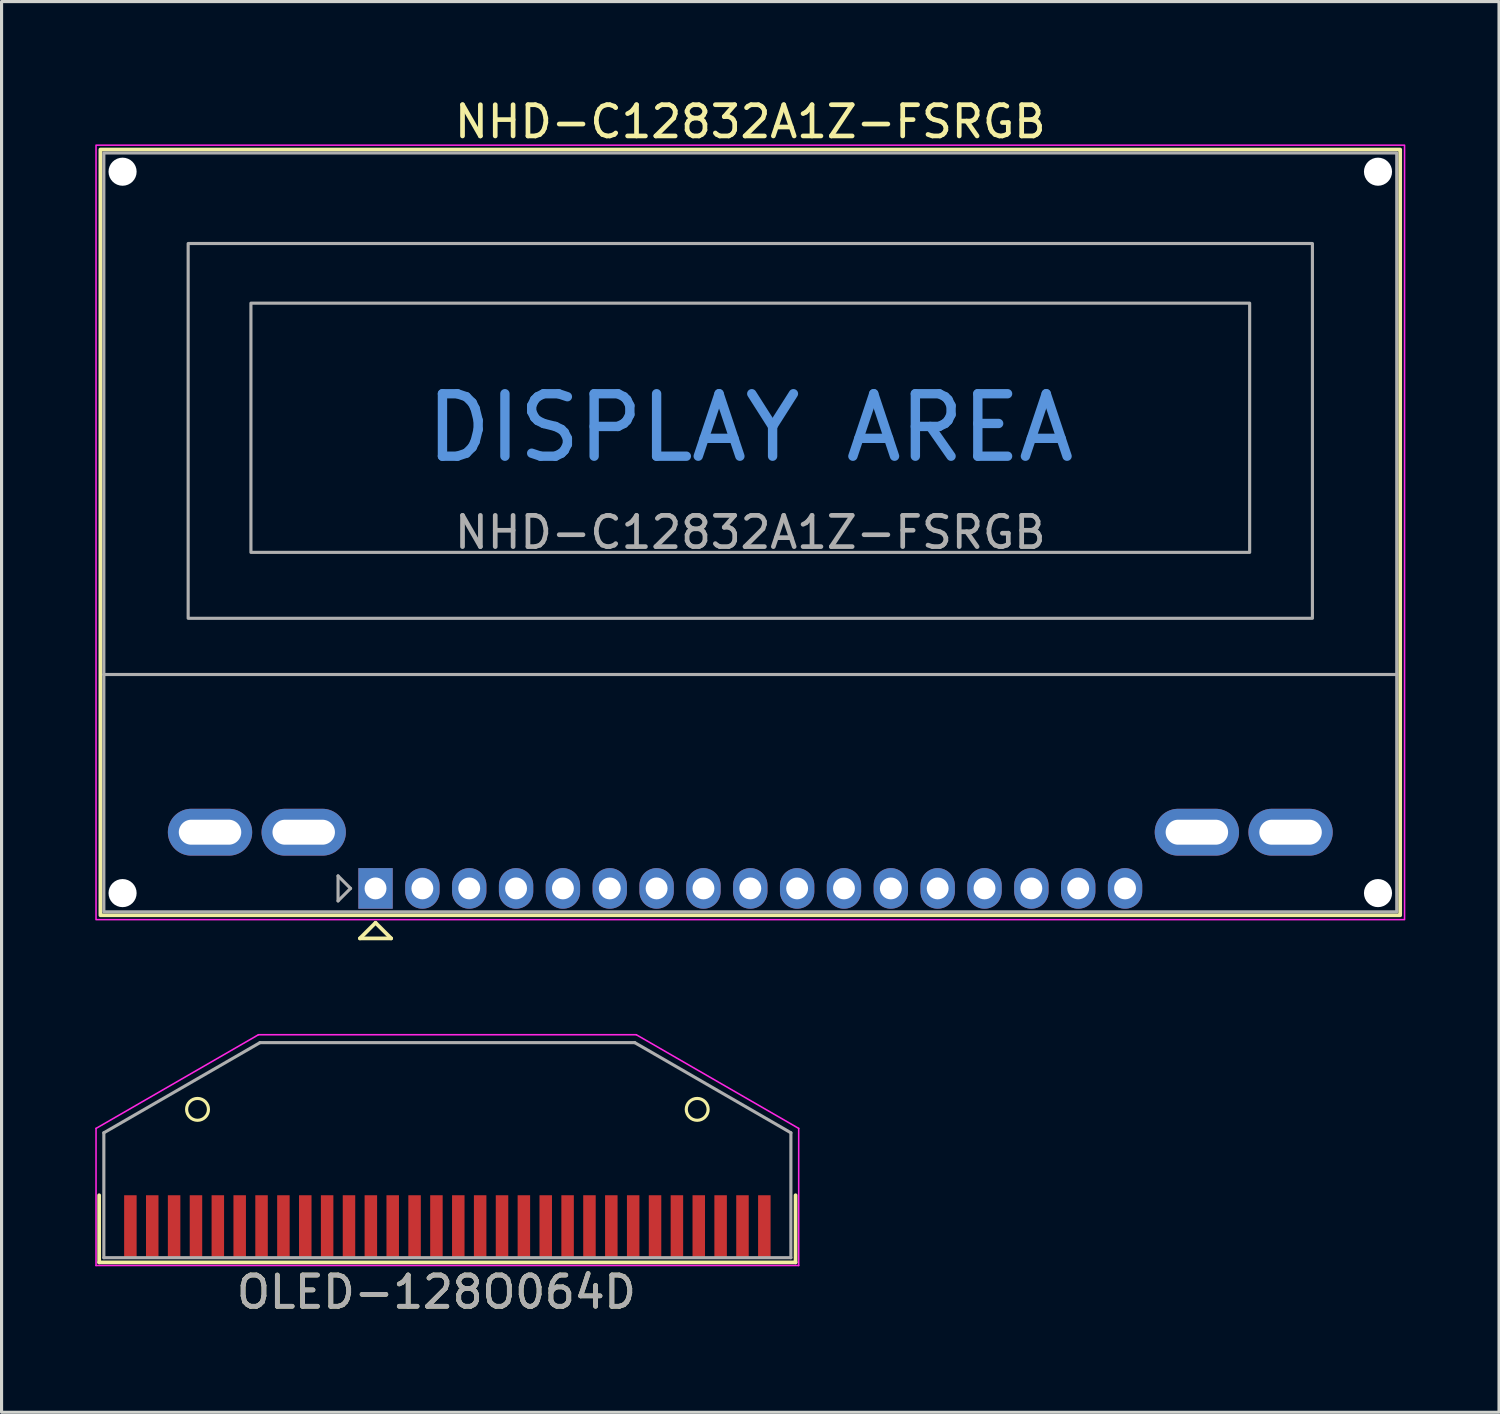
<source format=kicad_pcb>
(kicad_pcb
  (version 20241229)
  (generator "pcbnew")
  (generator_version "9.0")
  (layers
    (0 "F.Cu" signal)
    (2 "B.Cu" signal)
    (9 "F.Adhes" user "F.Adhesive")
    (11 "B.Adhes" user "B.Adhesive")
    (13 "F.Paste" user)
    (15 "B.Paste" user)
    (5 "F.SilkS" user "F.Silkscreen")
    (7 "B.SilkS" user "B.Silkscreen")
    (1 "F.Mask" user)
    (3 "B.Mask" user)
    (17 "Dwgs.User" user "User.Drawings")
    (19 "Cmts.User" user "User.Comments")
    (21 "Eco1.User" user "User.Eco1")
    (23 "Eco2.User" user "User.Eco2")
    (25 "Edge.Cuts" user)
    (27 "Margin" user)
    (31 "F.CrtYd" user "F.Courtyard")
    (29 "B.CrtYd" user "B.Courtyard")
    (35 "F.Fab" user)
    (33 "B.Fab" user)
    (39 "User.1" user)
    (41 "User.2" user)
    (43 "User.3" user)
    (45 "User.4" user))
  (footprint "NHD-C12832A1Z-FSRGB"
    (layer "F.Cu")
    (at 8.975 25.398)
    (property "Reference" "NHD-C12832A1Z-FSRGB" (at 12 -24.55 0) (unlocked yes) (layer "F.SilkS") (effects (font (size 1 1) (thickness 0.15))))
    (attr through_hole)
    (fp_line (start -0.5 1.6) (end 0 1.1) (stroke (width 0.12) (type solid)) (layer "F.SilkS"))
    (fp_line (start 0 1.1) (end 0.5 1.6) (stroke (width 0.12) (type solid)) (layer "F.SilkS"))
    (fp_line (start 0.5 1.6) (end -0.5 1.6) (stroke (width 0.12) (type solid)) (layer "F.SilkS"))
    (fp_rect (start -8.81 -23.66) (end 32.81 0.86) (stroke (width 0.12) (type solid)) (fill no) (layer "F.SilkS"))
    (fp_rect (start -8.95 -23.8) (end 32.95 1) (stroke (width 0.05) (type solid)) (fill no) (layer "F.CrtYd"))
    (fp_line (start -8.7 -6.85) (end 32.7 -6.85) (stroke (width 0.1) (type solid)) (layer "F.Fab"))
    (fp_line (start -1.2 -0.4) (end -1.2 0.4) (stroke (width 0.1) (type solid)) (layer "F.Fab"))
    (fp_line (start -1.2 0.4) (end -0.8 0) (stroke (width 0.1) (type solid)) (layer "F.Fab"))
    (fp_line (start -0.8 0) (end -1.2 -0.4) (stroke (width 0.1) (type solid)) (layer "F.Fab"))
    (fp_rect (start -8.7 -23.55) (end 32.7 0.75) (stroke (width 0.1) (type solid)) (fill no) (layer "F.Fab"))
    (fp_rect (start -6 -20.65) (end 30 -8.65) (stroke (width 0.1) (type solid)) (fill no) (layer "F.Fab"))
    (fp_rect (start -3.99 -18.74) (end 27.99 -10.76) (stroke (width 0.1) (type solid)) (fill no) (layer "F.Fab"))
    (fp_text user "DISPLAY AREA" (at 12 -14.75 0) (unlocked yes) (layer "Cmts.User") (effects (font (size 2 2) (thickness 0.3))))
    (fp_text user "${REFERENCE}" (at 12 -11.4 0) (unlocked yes) (layer "F.Fab") (effects (font (size 1 1) (thickness 0.15))))
    (pad "" np_thru_hole circle (at -8.1 -22.95) (size 0.9 0.9) (drill 0.9) (layers "*.Cu" "*.Mask"))
    (pad "" np_thru_hole circle (at -8.1 0.15) (size 0.9 0.9) (drill 0.9) (layers "*.Cu" "*.Mask"))
    (pad "" np_thru_hole circle (at 32.1 -22.95) (size 0.9 0.9) (drill 0.9) (layers "*.Cu" "*.Mask"))
    (pad "" np_thru_hole circle (at 32.1 0.15) (size 0.9 0.9) (drill 0.9) (layers "*.Cu" "*.Mask"))
    (pad "1" thru_hole rect (at 0 0) (size 1.1 1.3) (drill 0.7) (layers "*.Cu" "*.Mask"))
    (pad "2" thru_hole oval (at 1.5 0) (size 1.1 1.3) (drill 0.7) (layers "*.Cu" "*.Mask"))
    (pad "3" thru_hole oval (at 3 0) (size 1.1 1.3) (drill 0.7) (layers "*.Cu" "*.Mask"))
    (pad "4" thru_hole oval (at 4.5 0) (size 1.1 1.3) (drill 0.7) (layers "*.Cu" "*.Mask"))
    (pad "5" thru_hole oval (at 6 0) (size 1.1 1.3) (drill 0.7) (layers "*.Cu" "*.Mask"))
    (pad "6" thru_hole oval (at 7.5 0) (size 1.1 1.3) (drill 0.7) (layers "*.Cu" "*.Mask"))
    (pad "7" thru_hole oval (at 9 0) (size 1.1 1.3) (drill 0.7) (layers "*.Cu" "*.Mask"))
    (pad "8" thru_hole oval (at 10.5 0) (size 1.1 1.3) (drill 0.7) (layers "*.Cu" "*.Mask"))
    (pad "9" thru_hole oval (at 12 0) (size 1.1 1.3) (drill 0.7) (layers "*.Cu" "*.Mask"))
    (pad "10" thru_hole oval (at 13.5 0) (size 1.1 1.3) (drill 0.7) (layers "*.Cu" "*.Mask"))
    (pad "11" thru_hole oval (at 15 0) (size 1.1 1.3) (drill 0.7) (layers "*.Cu" "*.Mask"))
    (pad "12" thru_hole oval (at 16.5 0) (size 1.1 1.3) (drill 0.7) (layers "*.Cu" "*.Mask"))
    (pad "13" thru_hole oval (at 18 0) (size 1.1 1.3) (drill 0.7) (layers "*.Cu" "*.Mask"))
    (pad "14" thru_hole oval (at 19.5 0) (size 1.1 1.3) (drill 0.7) (layers "*.Cu" "*.Mask"))
    (pad "15" thru_hole oval (at 21 0) (size 1.1 1.3) (drill 0.7) (layers "*.Cu" "*.Mask"))
    (pad "16" thru_hole oval (at 22.5 0) (size 1.1 1.3) (drill 0.7) (layers "*.Cu" "*.Mask"))
    (pad "17" thru_hole oval (at 24 0) (size 1.1 1.3) (drill 0.7) (layers "*.Cu" "*.Mask"))
    (pad "18" thru_hole oval (at -5.3 -1.8) (size 2.7 1.5) (drill oval 2 0.8) (layers "*.Cu" "*.Mask"))
    (pad "19" thru_hole oval (at -2.3 -1.8) (size 2.7 1.5) (drill oval 2 0.8) (layers "*.Cu" "*.Mask"))
    (pad "20" thru_hole oval (at 26.3 -1.8) (size 2.7 1.5) (drill oval 2 0.8) (layers "*.Cu" "*.Mask"))
    (pad "21" thru_hole oval (at 29.3 -1.8) (size 2.7 1.5) (drill oval 2 0.8) (layers "*.Cu" "*.Mask")))
  (footprint "OLED-128O064D"
    (layer "F.Cu")
    (at 11.275 36.223)
    (property "Reference" "OLED-128O064D" (at -0.35 2.1 0) (layer "F.SilkS") (effects (font (size 1 1) (thickness 0.15))))
    (attr smd)
    (fp_line (start -11.15 -1) (end -11.15 1.15) (stroke (width 0.12) (type solid)) (layer "F.SilkS"))
    (fp_line (start -11.15 1.15) (end 11.15 1.15) (stroke (width 0.12) (type solid)) (layer "F.SilkS"))
    (fp_line (start 11.15 1.15) (end 11.15 -1) (stroke (width 0.12) (type solid)) (layer "F.SilkS"))
    (fp_circle (center -8 -3.75) (end -7.65 -3.75) (stroke (width 0.1) (type solid)) (fill no) (layer "F.SilkS"))
    (fp_circle (center 8 -3.75) (end 8.35 -3.75) (stroke (width 0.1) (type solid)) (fill no) (layer "F.SilkS"))
    (fp_line (start -11.25 -3.14) (end -11.25 1.25) (stroke (width 0.05) (type solid)) (layer "F.CrtYd"))
    (fp_line (start -6.05 -6.14) (end -11.25 -3.14) (stroke (width 0.05) (type solid)) (layer "F.CrtYd"))
    (fp_line (start 6.05 -6.14) (end -6.05 -6.14) (stroke (width 0.05) (type solid)) (layer "F.CrtYd"))
    (fp_line (start 6.05 -6.14) (end 11.25 -3.14) (stroke (width 0.05) (type solid)) (layer "F.CrtYd"))
    (fp_line (start 11.25 1.25) (end -11.25 1.25) (stroke (width 0.05) (type solid)) (layer "F.CrtYd"))
    (fp_line (start 11.25 1.25) (end 11.25 -3.14) (stroke (width 0.05) (type solid)) (layer "F.CrtYd"))
    (fp_line (start -11 -3) (end -6 -5.887) (stroke (width 0.1) (type solid)) (layer "F.Fab"))
    (fp_line (start -11 1) (end -11 -3) (stroke (width 0.1) (type solid)) (layer "F.Fab"))
    (fp_line (start -11 1) (end 11 1) (stroke (width 0.1) (type solid)) (layer "F.Fab"))
    (fp_line (start -6 -5.887) (end 6 -5.887) (stroke (width 0.1) (type solid)) (layer "F.Fab"))
    (fp_line (start 11 -3) (end 6 -5.887) (stroke (width 0.1) (type solid)) (layer "F.Fab"))
    (fp_line (start 11 1) (end 11 -3) (stroke (width 0.1) (type solid)) (layer "F.Fab"))
    (fp_text user "${REFERENCE}" (at -0.35 2.1 0) (layer "F.Fab") (effects (font (size 1 1) (thickness 0.15))))
    (pad "1" smd rect (at -10.15 0) (size 0.4 2) (layers "F.Cu" "F.Mask" "F.Paste"))
    (pad "2" smd rect (at -9.45 0) (size 0.4 2) (layers "F.Cu" "F.Mask" "F.Paste"))
    (pad "3" smd rect (at -8.75 0) (size 0.4 2) (layers "F.Cu" "F.Mask" "F.Paste"))
    (pad "4" smd rect (at -8.05 0) (size 0.4 2) (layers "F.Cu" "F.Mask" "F.Paste"))
    (pad "5" smd rect (at -7.35 0) (size 0.4 2) (layers "F.Cu" "F.Mask" "F.Paste"))
    (pad "6" smd rect (at -6.65 0) (size 0.4 2) (layers "F.Cu" "F.Mask" "F.Paste"))
    (pad "7" smd rect (at -5.95 0) (size 0.4 2) (layers "F.Cu" "F.Mask" "F.Paste"))
    (pad "8" smd rect (at -5.25 0) (size 0.4 2) (layers "F.Cu" "F.Mask" "F.Paste"))
    (pad "9" smd rect (at -4.55 0) (size 0.4 2) (layers "F.Cu" "F.Mask" "F.Paste"))
    (pad "10" smd rect (at -3.85 0) (size 0.4 2) (layers "F.Cu" "F.Mask" "F.Paste"))
    (pad "11" smd rect (at -3.15 0) (size 0.4 2) (layers "F.Cu" "F.Mask" "F.Paste"))
    (pad "12" smd rect (at -2.45 0) (size 0.4 2) (layers "F.Cu" "F.Mask" "F.Paste"))
    (pad "13" smd rect (at -1.75 0) (size 0.4 2) (layers "F.Cu" "F.Mask" "F.Paste"))
    (pad "14" smd rect (at -1.05 0) (size 0.4 2) (layers "F.Cu" "F.Mask" "F.Paste"))
    (pad "15" smd rect (at -0.35 0) (size 0.4 2) (layers "F.Cu" "F.Mask" "F.Paste"))
    (pad "16" smd rect (at 0.35 0) (size 0.4 2) (layers "F.Cu" "F.Mask" "F.Paste"))
    (pad "17" smd rect (at 1.05 0) (size 0.4 2) (layers "F.Cu" "F.Mask" "F.Paste"))
    (pad "18" smd rect (at 1.75 0) (size 0.4 2) (layers "F.Cu" "F.Mask" "F.Paste"))
    (pad "19" smd rect (at 2.45 0) (size 0.4 2) (layers "F.Cu" "F.Mask" "F.Paste"))
    (pad "20" smd rect (at 3.15 0) (size 0.4 2) (layers "F.Cu" "F.Mask" "F.Paste"))
    (pad "21" smd rect (at 3.85 0) (size 0.4 2) (layers "F.Cu" "F.Mask" "F.Paste"))
    (pad "22" smd rect (at 4.55 0) (size 0.4 2) (layers "F.Cu" "F.Mask" "F.Paste"))
    (pad "23" smd rect (at 5.25 0) (size 0.4 2) (layers "F.Cu" "F.Mask" "F.Paste"))
    (pad "24" smd rect (at 5.95 0) (size 0.4 2) (layers "F.Cu" "F.Mask" "F.Paste"))
    (pad "25" smd rect (at 6.65 0) (size 0.4 2) (layers "F.Cu" "F.Mask" "F.Paste"))
    (pad "26" smd rect (at 7.35 0) (size 0.4 2) (layers "F.Cu" "F.Mask" "F.Paste"))
    (pad "27" smd rect (at 8.05 0) (size 0.4 2) (layers "F.Cu" "F.Mask" "F.Paste"))
    (pad "28" smd rect (at 8.75 0) (size 0.4 2) (layers "F.Cu" "F.Mask" "F.Paste"))
    (pad "29" smd rect (at 9.45 0) (size 0.4 2) (layers "F.Cu" "F.Mask" "F.Paste"))
    (pad "30" smd rect (at 10.15 0) (size 0.4 2) (layers "F.Cu" "F.Mask" "F.Paste")))
  (gr_rect
    (start -3 -3)
    (end 44.95 42.172)
    (stroke (width 0.1) (type default))
    (fill no)
    (layer "Edge.Cuts")))
</source>
